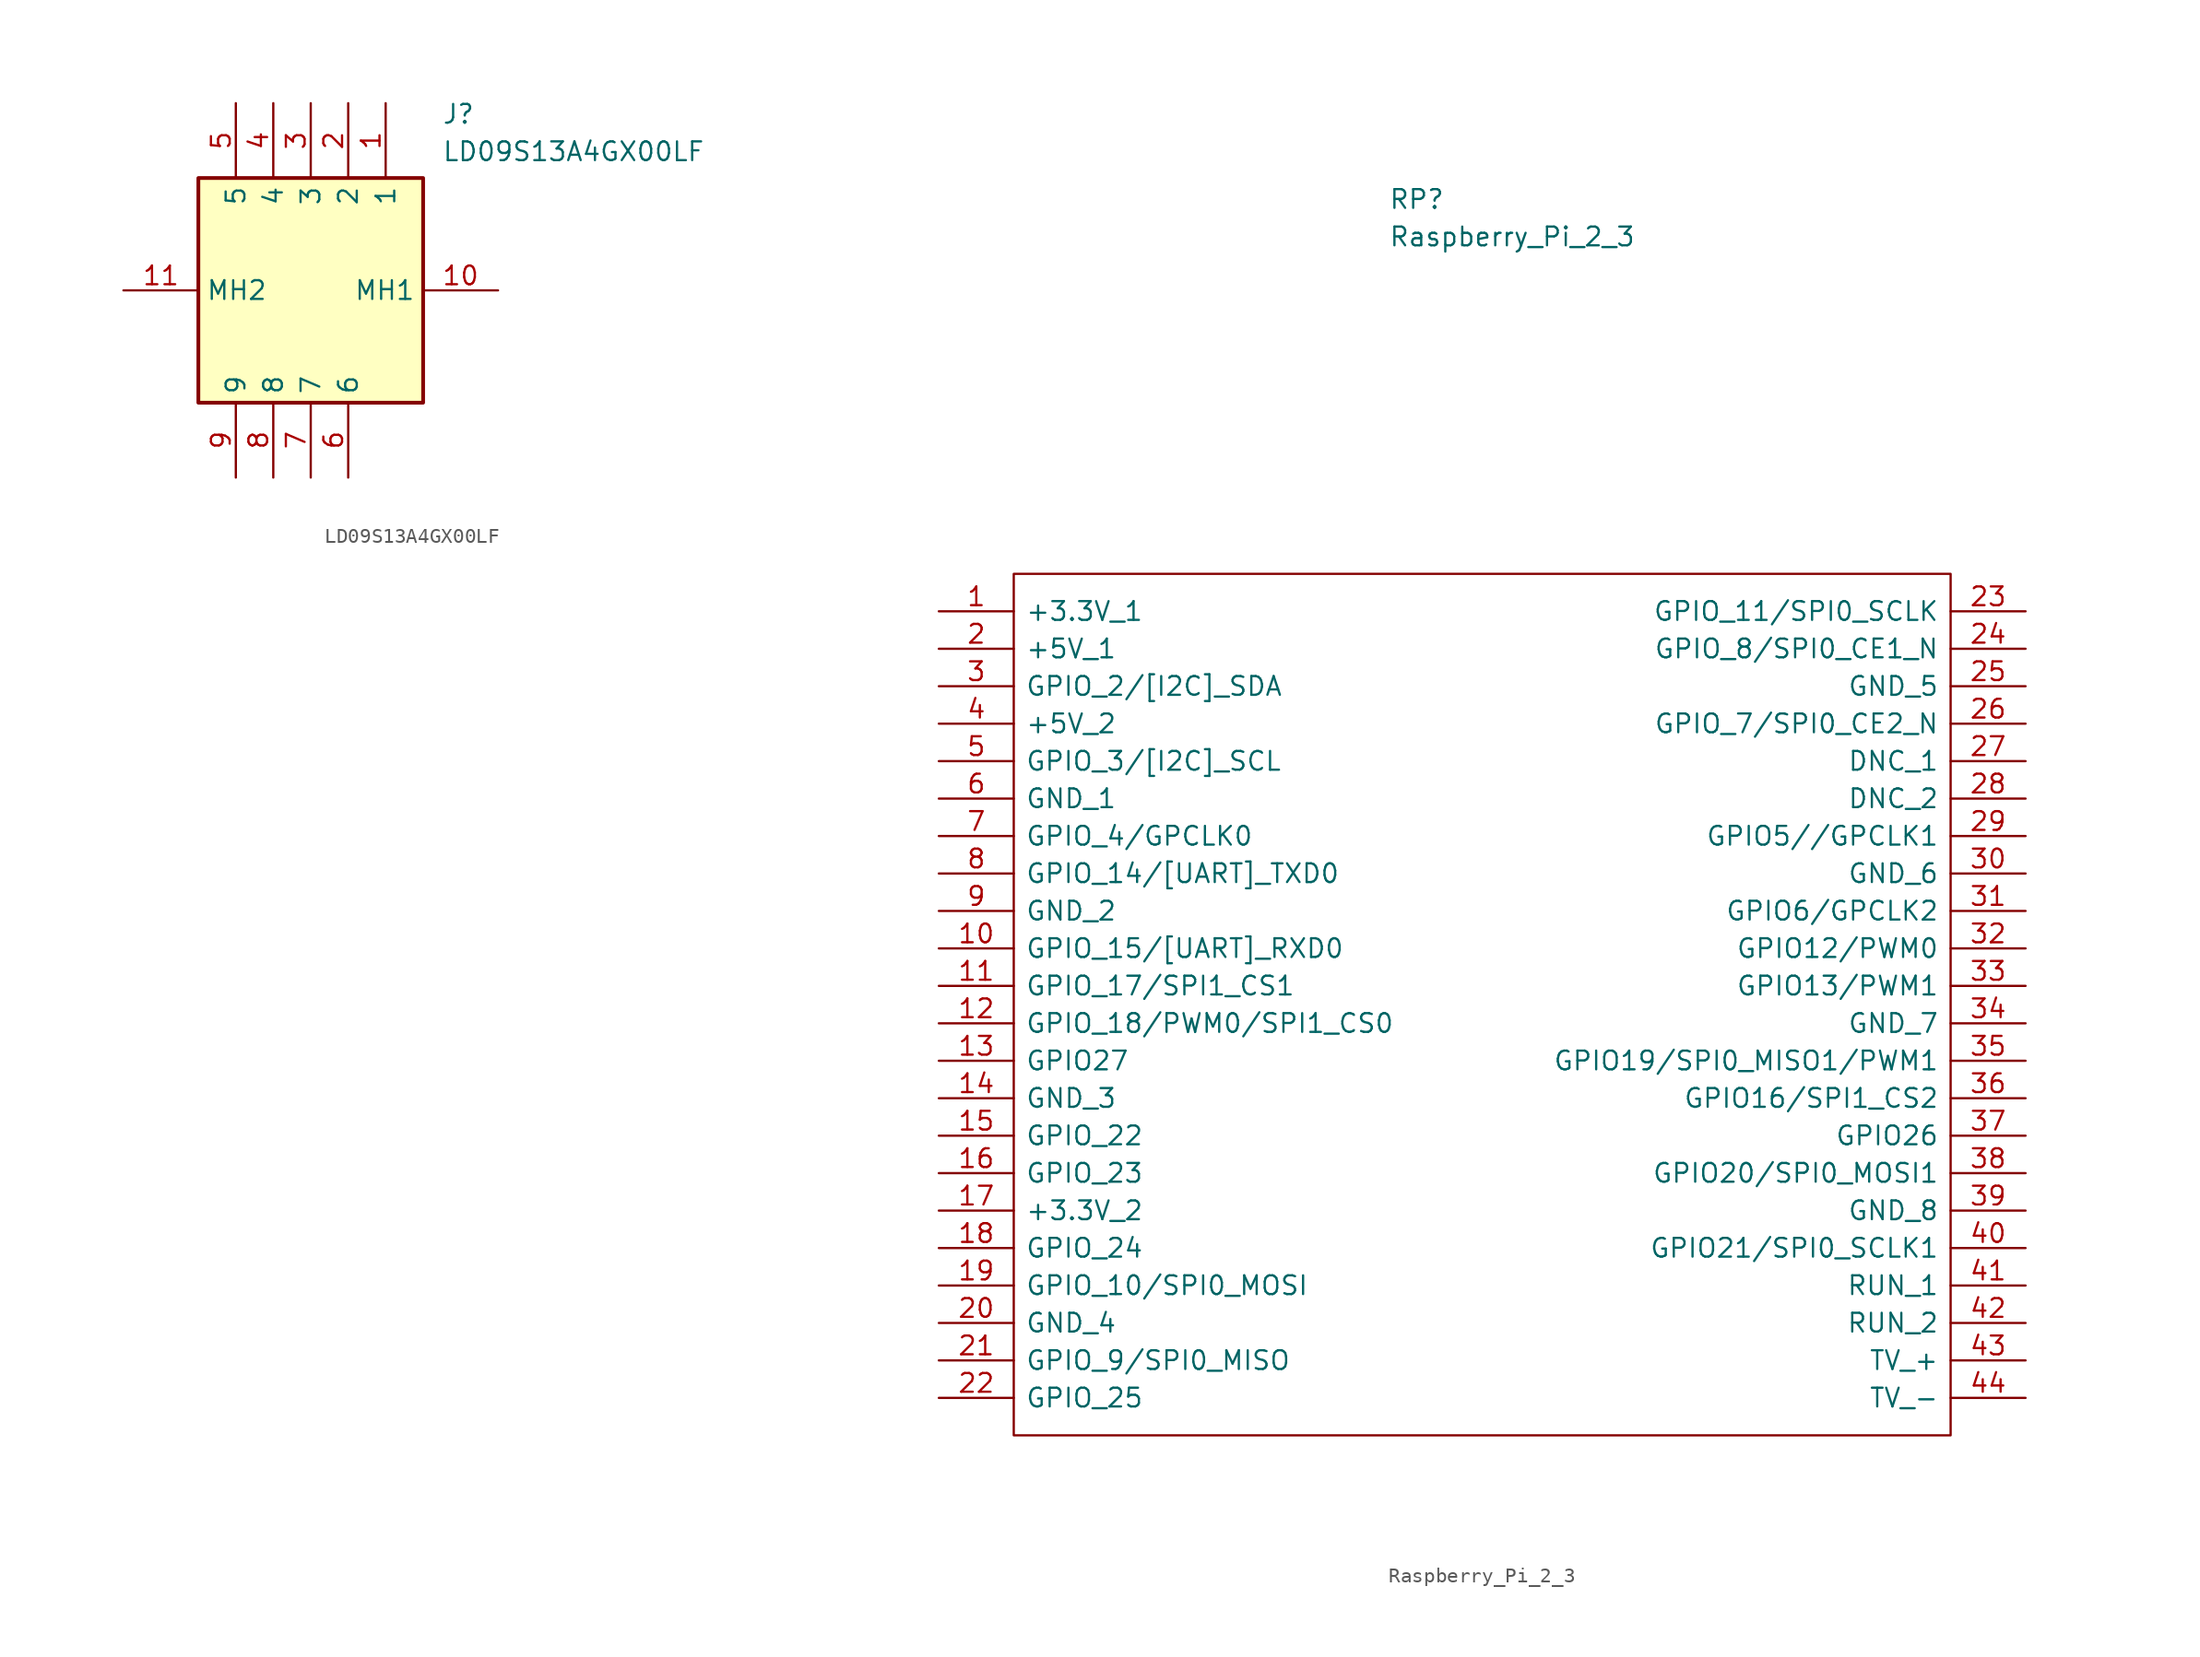
<source format=kicad_sym>
(kicad_symbol_lib
  (version 20241209)
  (generator "kicad_symbol_editor")
  (generator_version "9.0")
  (symbol "LD09S13A4GX00LF"
    (property "Reference" "J"
      (at 21.59 12.7 0)
      (effects (font (size 1.27 1.27)) (justify left top)))
    (property "Value" "LD09S13A4GX00LF"
      (at 21.59 10.16 0)
      (effects (font (size 1.27 1.27)) (justify left top)))
    (symbol "LD09S13A4GX00LF_1_1"
      (rectangle (start 5.08 7.62) (end 20.32 -7.62) (stroke (width 0.254) (type default)) (fill (type background)))
      (pin passive line (at 0 0 0) (length 5.08) (name "MH2" (effects (font (size 1.27 1.27)))) (number "11" (effects (font (size 1.27 1.27)))))
      (pin passive line (at 7.62 12.7 270) (length 5.08) (name "5" (effects (font (size 1.27 1.27)))) (number "5" (effects (font (size 1.27 1.27)))))
      (pin passive line (at 7.62 -12.7 90) (length 5.08) (name "9" (effects (font (size 1.27 1.27)))) (number "9" (effects (font (size 1.27 1.27)))))
      (pin passive line (at 10.16 12.7 270) (length 5.08) (name "4" (effects (font (size 1.27 1.27)))) (number "4" (effects (font (size 1.27 1.27)))))
      (pin passive line (at 10.16 -12.7 90) (length 5.08) (name "8" (effects (font (size 1.27 1.27)))) (number "8" (effects (font (size 1.27 1.27)))))
      (pin passive line (at 12.7 12.7 270) (length 5.08) (name "3" (effects (font (size 1.27 1.27)))) (number "3" (effects (font (size 1.27 1.27)))))
      (pin passive line (at 12.7 -12.7 90) (length 5.08) (name "7" (effects (font (size 1.27 1.27)))) (number "7" (effects (font (size 1.27 1.27)))))
      (pin passive line (at 15.24 12.7 270) (length 5.08) (name "2" (effects (font (size 1.27 1.27)))) (number "2" (effects (font (size 1.27 1.27)))))
      (pin passive line (at 15.24 -12.7 90) (length 5.08) (name "6" (effects (font (size 1.27 1.27)))) (number "6" (effects (font (size 1.27 1.27)))))
      (pin passive line (at 17.78 12.7 270) (length 5.08) (name "1" (effects (font (size 1.27 1.27)))) (number "1" (effects (font (size 1.27 1.27)))))
      (pin passive line (at 25.4 0 180) (length 5.08) (name "MH1" (effects (font (size 1.27 1.27)))) (number "10" (effects (font (size 1.27 1.27)))))))
  (symbol "Raspberry_Pi_2_3"
    (pin_names
      (offset 0.762))
    (property "Reference" "RP"
      (at 30.48 27.94 0)
      (effects (font (size 1.27 1.27)) (justify left)))
    (property "Value" "Raspberry_Pi_2_3"
      (at 30.48 25.4 0)
      (effects (font (size 1.27 1.27)) (justify left)))
    (symbol "Raspberry_Pi_2_3_0_0"
      (pin bidirectional line (at 0 0 0) (length 5.08) (name "+3.3V_1" (effects (font (size 1.27 1.27)))) (number "1" (effects (font (size 1.27 1.27)))))
      (pin bidirectional line (at 0 -2.54 0) (length 5.08) (name "+5V_1" (effects (font (size 1.27 1.27)))) (number "2" (effects (font (size 1.27 1.27)))))
      (pin bidirectional line (at 0 -5.08 0) (length 5.08) (name "GPIO_2/[I2C]_SDA" (effects (font (size 1.27 1.27)))) (number "3" (effects (font (size 1.27 1.27)))))
      (pin bidirectional line (at 0 -7.62 0) (length 5.08) (name "+5V_2" (effects (font (size 1.27 1.27)))) (number "4" (effects (font (size 1.27 1.27)))))
      (pin bidirectional line (at 0 -10.16 0) (length 5.08) (name "GPIO_3/[I2C]_SCL" (effects (font (size 1.27 1.27)))) (number "5" (effects (font (size 1.27 1.27)))))
      (pin bidirectional line (at 0 -12.7 0) (length 5.08) (name "GND_1" (effects (font (size 1.27 1.27)))) (number "6" (effects (font (size 1.27 1.27)))))
      (pin bidirectional line (at 0 -15.24 0) (length 5.08) (name "GPIO_4/GPCLK0" (effects (font (size 1.27 1.27)))) (number "7" (effects (font (size 1.27 1.27)))))
      (pin bidirectional line (at 0 -17.78 0) (length 5.08) (name "GPIO_14/[UART]_TXD0" (effects (font (size 1.27 1.27)))) (number "8" (effects (font (size 1.27 1.27)))))
      (pin bidirectional line (at 0 -20.32 0) (length 5.08) (name "GND_2" (effects (font (size 1.27 1.27)))) (number "9" (effects (font (size 1.27 1.27)))))
      (pin bidirectional line (at 0 -22.86 0) (length 5.08) (name "GPIO_15/[UART]_RXD0" (effects (font (size 1.27 1.27)))) (number "10" (effects (font (size 1.27 1.27)))))
      (pin bidirectional line (at 0 -25.4 0) (length 5.08) (name "GPIO_17/SPI1_CS1" (effects (font (size 1.27 1.27)))) (number "11" (effects (font (size 1.27 1.27)))))
      (pin bidirectional line (at 0 -27.94 0) (length 5.08) (name "GPIO_18/PWM0/SPI1_CS0" (effects (font (size 1.27 1.27)))) (number "12" (effects (font (size 1.27 1.27)))))
      (pin bidirectional line (at 0 -30.48 0) (length 5.08) (name "GPIO27" (effects (font (size 1.27 1.27)))) (number "13" (effects (font (size 1.27 1.27)))))
      (pin bidirectional line (at 0 -33.02 0) (length 5.08) (name "GND_3" (effects (font (size 1.27 1.27)))) (number "14" (effects (font (size 1.27 1.27)))))
      (pin bidirectional line (at 0 -35.56 0) (length 5.08) (name "GPIO_22" (effects (font (size 1.27 1.27)))) (number "15" (effects (font (size 1.27 1.27)))))
      (pin bidirectional line (at 0 -38.1 0) (length 5.08) (name "GPIO_23" (effects (font (size 1.27 1.27)))) (number "16" (effects (font (size 1.27 1.27)))))
      (pin bidirectional line (at 0 -40.64 0) (length 5.08) (name "+3.3V_2" (effects (font (size 1.27 1.27)))) (number "17" (effects (font (size 1.27 1.27)))))
      (pin bidirectional line (at 0 -43.18 0) (length 5.08) (name "GPIO_24" (effects (font (size 1.27 1.27)))) (number "18" (effects (font (size 1.27 1.27)))))
      (pin bidirectional line (at 0 -45.72 0) (length 5.08) (name "GPIO_10/SPI0_MOSI" (effects (font (size 1.27 1.27)))) (number "19" (effects (font (size 1.27 1.27)))))
      (pin bidirectional line (at 0 -48.26 0) (length 5.08) (name "GND_4" (effects (font (size 1.27 1.27)))) (number "20" (effects (font (size 1.27 1.27)))))
      (pin bidirectional line (at 0 -50.8 0) (length 5.08) (name "GPIO_9/SPI0_MISO" (effects (font (size 1.27 1.27)))) (number "21" (effects (font (size 1.27 1.27)))))
      (pin bidirectional line (at 0 -53.34 0) (length 5.08) (name "GPIO_25" (effects (font (size 1.27 1.27)))) (number "22" (effects (font (size 1.27 1.27)))))
      (pin bidirectional line (at 73.66 0 180) (length 5.08) (name "GPIO_11/SPI0_SCLK" (effects (font (size 1.27 1.27)))) (number "23" (effects (font (size 1.27 1.27)))))
      (pin bidirectional line (at 73.66 -2.54 180) (length 5.08) (name "GPIO_8/SPI0_CE1_N" (effects (font (size 1.27 1.27)))) (number "24" (effects (font (size 1.27 1.27)))))
      (pin bidirectional line (at 73.66 -5.08 180) (length 5.08) (name "GND_5" (effects (font (size 1.27 1.27)))) (number "25" (effects (font (size 1.27 1.27)))))
      (pin bidirectional line (at 73.66 -7.62 180) (length 5.08) (name "GPIO_7/SPI0_CE2_N" (effects (font (size 1.27 1.27)))) (number "26" (effects (font (size 1.27 1.27)))))
      (pin bidirectional line (at 73.66 -10.16 180) (length 5.08) (name "DNC_1" (effects (font (size 1.27 1.27)))) (number "27" (effects (font (size 1.27 1.27)))))
      (pin bidirectional line (at 73.66 -12.7 180) (length 5.08) (name "DNC_2" (effects (font (size 1.27 1.27)))) (number "28" (effects (font (size 1.27 1.27)))))
      (pin bidirectional line (at 73.66 -15.24 180) (length 5.08) (name "GPIO5//GPCLK1" (effects (font (size 1.27 1.27)))) (number "29" (effects (font (size 1.27 1.27)))))
      (pin bidirectional line (at 73.66 -17.78 180) (length 5.08) (name "GND_6" (effects (font (size 1.27 1.27)))) (number "30" (effects (font (size 1.27 1.27)))))
      (pin bidirectional line (at 73.66 -20.32 180) (length 5.08) (name "GPIO6/GPCLK2" (effects (font (size 1.27 1.27)))) (number "31" (effects (font (size 1.27 1.27)))))
      (pin bidirectional line (at 73.66 -22.86 180) (length 5.08) (name "GPIO12/PWM0" (effects (font (size 1.27 1.27)))) (number "32" (effects (font (size 1.27 1.27)))))
      (pin bidirectional line (at 73.66 -25.4 180) (length 5.08) (name "GPIO13/PWM1" (effects (font (size 1.27 1.27)))) (number "33" (effects (font (size 1.27 1.27)))))
      (pin bidirectional line (at 73.66 -27.94 180) (length 5.08) (name "GND_7" (effects (font (size 1.27 1.27)))) (number "34" (effects (font (size 1.27 1.27)))))
      (pin bidirectional line (at 73.66 -30.48 180) (length 5.08) (name "GPIO19/SPI0_MISO1/PWM1" (effects (font (size 1.27 1.27)))) (number "35" (effects (font (size 1.27 1.27)))))
      (pin bidirectional line (at 73.66 -33.02 180) (length 5.08) (name "GPIO16/SPI1_CS2" (effects (font (size 1.27 1.27)))) (number "36" (effects (font (size 1.27 1.27)))))
      (pin bidirectional line (at 73.66 -35.56 180) (length 5.08) (name "GPIO26" (effects (font (size 1.27 1.27)))) (number "37" (effects (font (size 1.27 1.27)))))
      (pin bidirectional line (at 73.66 -38.1 180) (length 5.08) (name "GPIO20/SPI0_MOSI1" (effects (font (size 1.27 1.27)))) (number "38" (effects (font (size 1.27 1.27)))))
      (pin bidirectional line (at 73.66 -40.64 180) (length 5.08) (name "GND_8" (effects (font (size 1.27 1.27)))) (number "39" (effects (font (size 1.27 1.27)))))
      (pin bidirectional line (at 73.66 -43.18 180) (length 5.08) (name "GPIO21/SPI0_SCLK1" (effects (font (size 1.27 1.27)))) (number "40" (effects (font (size 1.27 1.27)))))
      (pin bidirectional line (at 73.66 -45.72 180) (length 5.08) (name "RUN_1" (effects (font (size 1.27 1.27)))) (number "41" (effects (font (size 1.27 1.27)))))
      (pin bidirectional line (at 73.66 -48.26 180) (length 5.08) (name "RUN_2" (effects (font (size 1.27 1.27)))) (number "42" (effects (font (size 1.27 1.27)))))
      (pin bidirectional line (at 73.66 -50.8 180) (length 5.08) (name "TV_+" (effects (font (size 1.27 1.27)))) (number "43" (effects (font (size 1.27 1.27)))))
      (pin bidirectional line (at 73.66 -53.34 180) (length 5.08) (name "TV_-" (effects (font (size 1.27 1.27)))) (number "44" (effects (font (size 1.27 1.27))))))
    (symbol "Raspberry_Pi_2_3_0_1"
      (polyline (pts (xy 5.08 2.54) (xy 68.58 2.54) (xy 68.58 -55.88) (xy 5.08 -55.88) (xy 5.08 2.54)) (stroke (width 0.152) (type solid)) (fill (type none))))))
</source>
